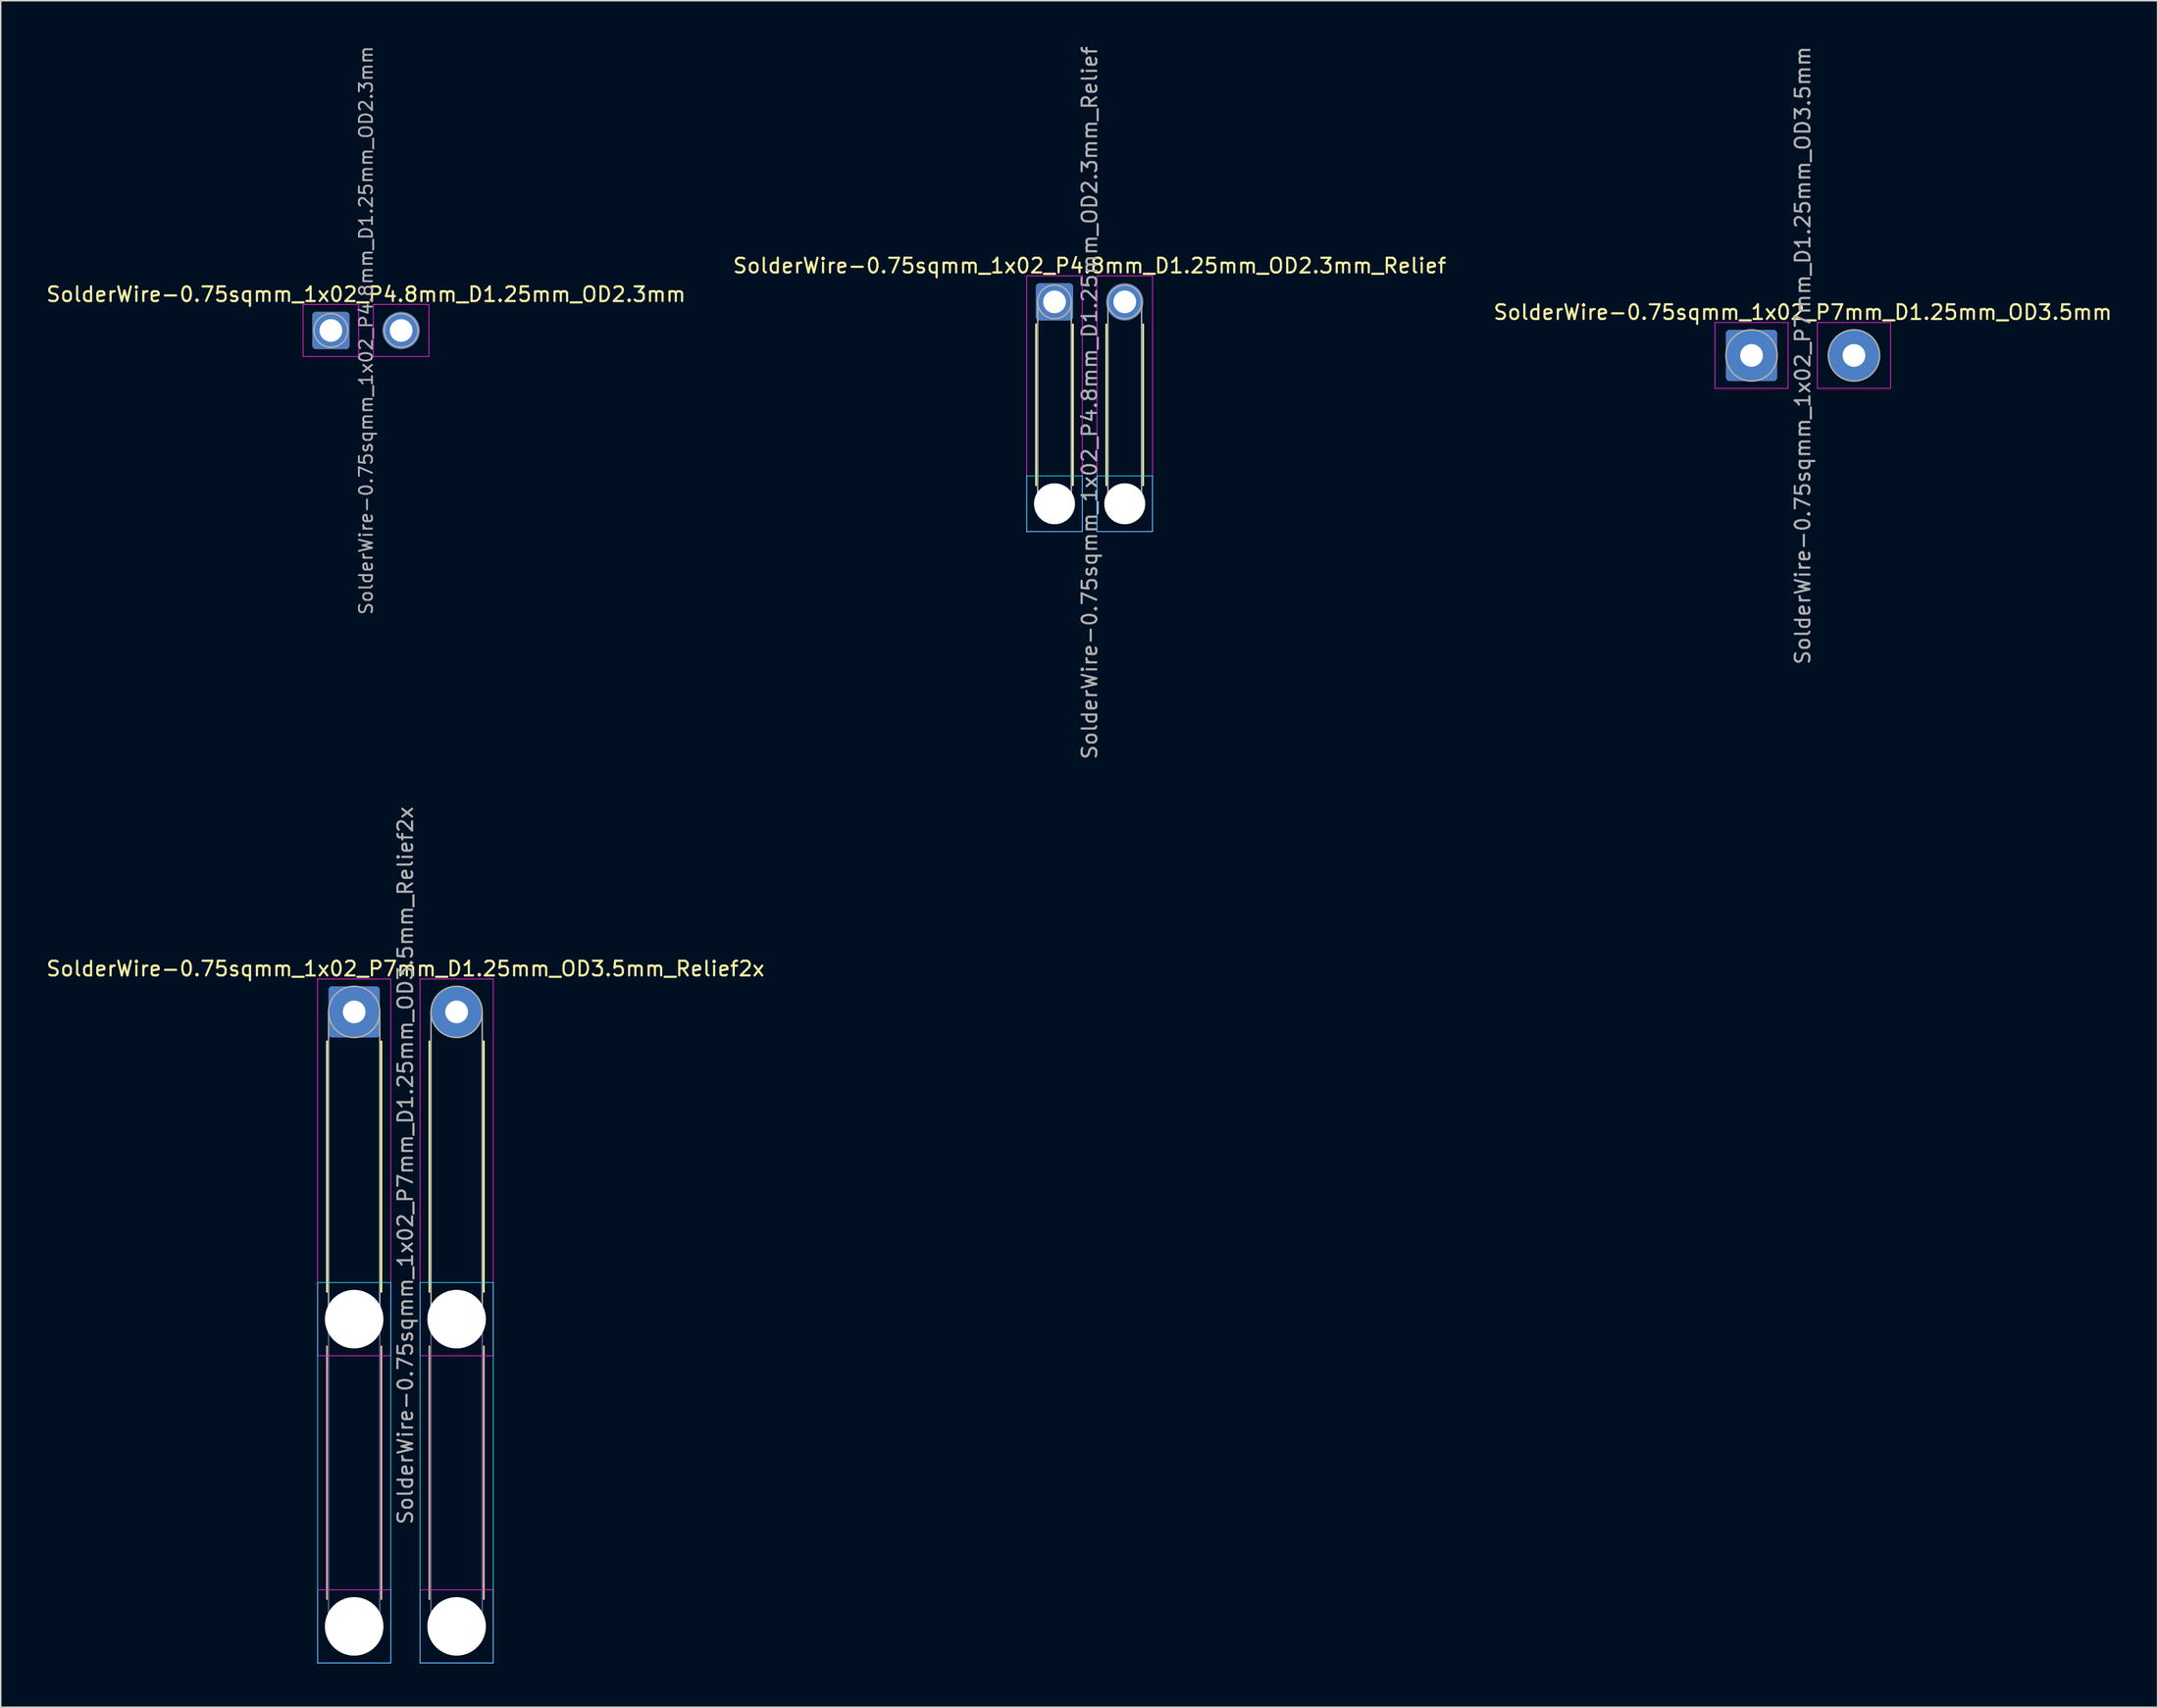
<source format=kicad_pcb>
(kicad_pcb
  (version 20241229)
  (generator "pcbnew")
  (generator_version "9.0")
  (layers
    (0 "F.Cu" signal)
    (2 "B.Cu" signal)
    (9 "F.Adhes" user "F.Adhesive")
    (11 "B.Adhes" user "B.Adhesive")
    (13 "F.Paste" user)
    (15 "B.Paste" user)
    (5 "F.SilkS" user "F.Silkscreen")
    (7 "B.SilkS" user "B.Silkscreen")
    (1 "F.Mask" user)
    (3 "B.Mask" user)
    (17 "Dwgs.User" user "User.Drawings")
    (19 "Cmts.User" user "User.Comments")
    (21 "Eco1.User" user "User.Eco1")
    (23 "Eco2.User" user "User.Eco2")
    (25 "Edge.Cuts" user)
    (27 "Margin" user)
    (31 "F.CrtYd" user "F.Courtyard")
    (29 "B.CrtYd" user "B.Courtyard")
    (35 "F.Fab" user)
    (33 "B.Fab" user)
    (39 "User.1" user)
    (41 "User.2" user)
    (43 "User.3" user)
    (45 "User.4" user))
  (footprint "SolderWire-0.75sqmm_1x02_P4.8mm_D1.25mm_OD2.3mm_Relief"
    (layer "F.Cu")
    (at 68.999 17.582)
    (property "Reference" "SolderWire-0.75sqmm_1x02_P4.8mm_D1.25mm_OD2.3mm_Relief" (at 2.4 -2.47 0) (layer "F.SilkS") (effects (font (size 1 1) (thickness 0.15))))
    (attr exclude_from_pos_files exclude_from_bom)
    (fp_line (start -1.26 1.535) (end -1.26 12.54) (stroke (width 0.12) (type solid)) (layer "F.SilkS"))
    (fp_line (start 1.26 1.535) (end 1.26 12.54) (stroke (width 0.12) (type solid)) (layer "F.SilkS"))
    (fp_line (start 3.54 1.535) (end 3.54 12.54) (stroke (width 0.12) (type solid)) (layer "F.SilkS"))
    (fp_line (start 6.06 1.535) (end 6.06 12.54) (stroke (width 0.12) (type solid)) (layer "F.SilkS"))
    (fp_line (start -1.9 11.9) (end -1.9 15.7) (stroke (width 0.05) (type solid)) (layer "B.CrtYd"))
    (fp_line (start -1.9 15.7) (end 1.9 15.7) (stroke (width 0.05) (type solid)) (layer "B.CrtYd"))
    (fp_line (start 1.9 11.9) (end -1.9 11.9) (stroke (width 0.05) (type solid)) (layer "B.CrtYd"))
    (fp_line (start 1.9 15.7) (end 1.9 11.9) (stroke (width 0.05) (type solid)) (layer "B.CrtYd"))
    (fp_line (start 2.9 11.9) (end 2.9 15.7) (stroke (width 0.05) (type solid)) (layer "B.CrtYd"))
    (fp_line (start 2.9 15.7) (end 6.7 15.7) (stroke (width 0.05) (type solid)) (layer "B.CrtYd"))
    (fp_line (start 6.7 11.9) (end 2.9 11.9) (stroke (width 0.05) (type solid)) (layer "B.CrtYd"))
    (fp_line (start 6.7 15.7) (end 6.7 11.9) (stroke (width 0.05) (type solid)) (layer "B.CrtYd"))
    (fp_line (start -1.9 -1.78) (end -1.9 15.7) (stroke (width 0.05) (type solid)) (layer "F.CrtYd"))
    (fp_line (start -1.9 15.7) (end 1.9 15.7) (stroke (width 0.05) (type solid)) (layer "F.CrtYd"))
    (fp_line (start 1.9 -1.78) (end -1.9 -1.78) (stroke (width 0.05) (type solid)) (layer "F.CrtYd"))
    (fp_line (start 1.9 15.7) (end 1.9 -1.78) (stroke (width 0.05) (type solid)) (layer "F.CrtYd"))
    (fp_line (start 2.9 -1.78) (end 2.9 15.7) (stroke (width 0.05) (type solid)) (layer "F.CrtYd"))
    (fp_line (start 2.9 15.7) (end 6.7 15.7) (stroke (width 0.05) (type solid)) (layer "F.CrtYd"))
    (fp_line (start 6.7 -1.78) (end 2.9 -1.78) (stroke (width 0.05) (type solid)) (layer "F.CrtYd"))
    (fp_line (start 6.7 15.7) (end 6.7 -1.78) (stroke (width 0.05) (type solid)) (layer "F.CrtYd"))
    (fp_line (start -1.15 0) (end -1.15 13.8) (stroke (width 0.1) (type solid)) (layer "F.Fab"))
    (fp_line (start 1.15 0) (end 1.15 13.8) (stroke (width 0.1) (type solid)) (layer "F.Fab"))
    (fp_line (start 3.65 0) (end 3.65 13.8) (stroke (width 0.1) (type solid)) (layer "F.Fab"))
    (fp_line (start 5.95 0) (end 5.95 13.8) (stroke (width 0.1) (type solid)) (layer "F.Fab"))
    (fp_circle (center 0 0) (end 1.15 0) (stroke (width 0.1) (type solid)) (fill no) (layer "F.Fab"))
    (fp_circle (center 0 13.8) (end 1.15 13.8) (stroke (width 0.1) (type solid)) (fill no) (layer "F.Fab"))
    (fp_circle (center 4.8 0) (end 5.95 0) (stroke (width 0.1) (type solid)) (fill no) (layer "F.Fab"))
    (fp_circle (center 4.8 13.8) (end 5.95 13.8) (stroke (width 0.1) (type solid)) (fill no) (layer "F.Fab"))
    (fp_text user "${REFERENCE}" (at 2.4 6.9 90) (layer "F.Fab") (effects (font (size 1 1) (thickness 0.15))))
    (pad "" np_thru_hole circle (at 0 13.8) (size 2.8 2.8) (drill 2.8) (layers "*.Cu" "*.Mask"))
    (pad "" np_thru_hole circle (at 4.8 13.8) (size 2.8 2.8) (drill 2.8) (layers "*.Cu" "*.Mask"))
    (pad "1" thru_hole roundrect (at 0 0) (size 2.55 2.55) (drill 1.55) (layers "*.Cu" "*.Mask") (roundrect_rratio 0.098))
    (pad "2" thru_hole circle (at 4.8 0) (size 2.55 2.55) (drill 1.55) (layers "*.Cu" "*.Mask")))
  (footprint "SolderWire-0.75sqmm_1x02_P7mm_D1.25mm_OD3.5mm"
    (layer "F.Cu")
    (at 116.625 21.244)
    (property "Reference" "SolderWire-0.75sqmm_1x02_P7mm_D1.25mm_OD3.5mm" (at 3.5 -2.95 0) (layer "F.SilkS") (effects (font (size 1 1) (thickness 0.15))))
    (attr exclude_from_pos_files exclude_from_bom)
    (fp_line (start -2.5 -2.25) (end -2.5 2.25) (stroke (width 0.05) (type solid)) (layer "F.CrtYd"))
    (fp_line (start -2.5 2.25) (end 2.5 2.25) (stroke (width 0.05) (type solid)) (layer "F.CrtYd"))
    (fp_line (start 2.5 -2.25) (end -2.5 -2.25) (stroke (width 0.05) (type solid)) (layer "F.CrtYd"))
    (fp_line (start 2.5 2.25) (end 2.5 -2.25) (stroke (width 0.05) (type solid)) (layer "F.CrtYd"))
    (fp_line (start 4.5 -2.25) (end 4.5 2.25) (stroke (width 0.05) (type solid)) (layer "F.CrtYd"))
    (fp_line (start 4.5 2.25) (end 9.5 2.25) (stroke (width 0.05) (type solid)) (layer "F.CrtYd"))
    (fp_line (start 9.5 -2.25) (end 4.5 -2.25) (stroke (width 0.05) (type solid)) (layer "F.CrtYd"))
    (fp_line (start 9.5 2.25) (end 9.5 -2.25) (stroke (width 0.05) (type solid)) (layer "F.CrtYd"))
    (fp_circle (center 0 0) (end 1.75 0) (stroke (width 0.1) (type solid)) (fill no) (layer "F.Fab"))
    (fp_circle (center 7 0) (end 8.75 0) (stroke (width 0.1) (type solid)) (fill no) (layer "F.Fab"))
    (fp_text user "${REFERENCE}" (at 3.5 0 90) (layer "F.Fab") (effects (font (size 1 1) (thickness 0.15))))
    (pad "1" thru_hole roundrect (at 0 0) (size 3.5 3.5) (drill 1.55) (layers "*.Cu" "*.Mask") (roundrect_rratio 0.071))
    (pad "2" thru_hole circle (at 7 0) (size 3.5 3.5) (drill 1.55) (layers "*.Cu" "*.Mask")))
  (footprint "SolderWire-0.75sqmm_1x02_P7mm_D1.25mm_OD3.5mm_Relief2x"
    (layer "F.Cu")
    (at 21.149 66.113)
    (property "Reference" "SolderWire-0.75sqmm_1x02_P7mm_D1.25mm_OD3.5mm_Relief2x" (at 3.5 -2.95 0) (layer "F.SilkS") (effects (font (size 1 1) (thickness 0.15))))
    (attr exclude_from_pos_files exclude_from_bom)
    (fp_line (start -1.86 2.01) (end -1.86 19.14) (stroke (width 0.12) (type solid)) (layer "F.SilkS"))
    (fp_line (start 1.86 2.01) (end 1.86 19.14) (stroke (width 0.12) (type solid)) (layer "F.SilkS"))
    (fp_line (start 5.14 2.01) (end 5.14 19.14) (stroke (width 0.12) (type solid)) (layer "F.SilkS"))
    (fp_line (start 8.86 2.01) (end 8.86 19.14) (stroke (width 0.12) (type solid)) (layer "F.SilkS"))
    (fp_line (start -1.86 22.86) (end -1.86 40.14) (stroke (width 0.12) (type solid)) (layer "B.SilkS"))
    (fp_line (start 1.86 22.86) (end 1.86 40.14) (stroke (width 0.12) (type solid)) (layer "B.SilkS"))
    (fp_line (start 5.14 22.86) (end 5.14 40.14) (stroke (width 0.12) (type solid)) (layer "B.SilkS"))
    (fp_line (start 8.86 22.86) (end 8.86 40.14) (stroke (width 0.12) (type solid)) (layer "B.SilkS"))
    (fp_line (start -2.5 18.5) (end -2.5 44.5) (stroke (width 0.05) (type solid)) (layer "B.CrtYd"))
    (fp_line (start -2.5 44.5) (end 2.5 44.5) (stroke (width 0.05) (type solid)) (layer "B.CrtYd"))
    (fp_line (start 2.5 18.5) (end -2.5 18.5) (stroke (width 0.05) (type solid)) (layer "B.CrtYd"))
    (fp_line (start 2.5 44.5) (end 2.5 18.5) (stroke (width 0.05) (type solid)) (layer "B.CrtYd"))
    (fp_line (start 4.5 18.5) (end 4.5 44.5) (stroke (width 0.05) (type solid)) (layer "B.CrtYd"))
    (fp_line (start 4.5 44.5) (end 9.5 44.5) (stroke (width 0.05) (type solid)) (layer "B.CrtYd"))
    (fp_line (start 9.5 18.5) (end 4.5 18.5) (stroke (width 0.05) (type solid)) (layer "B.CrtYd"))
    (fp_line (start 9.5 44.5) (end 9.5 18.5) (stroke (width 0.05) (type solid)) (layer "B.CrtYd"))
    (fp_line (start -2.5 -2.25) (end -2.5 23.5) (stroke (width 0.05) (type solid)) (layer "F.CrtYd"))
    (fp_line (start -2.5 23.5) (end 2.5 23.5) (stroke (width 0.05) (type solid)) (layer "F.CrtYd"))
    (fp_line (start -2.5 39.5) (end -2.5 44.5) (stroke (width 0.05) (type solid)) (layer "F.CrtYd"))
    (fp_line (start -2.5 44.5) (end 2.5 44.5) (stroke (width 0.05) (type solid)) (layer "F.CrtYd"))
    (fp_line (start 2.5 -2.25) (end -2.5 -2.25) (stroke (width 0.05) (type solid)) (layer "F.CrtYd"))
    (fp_line (start 2.5 23.5) (end 2.5 -2.25) (stroke (width 0.05) (type solid)) (layer "F.CrtYd"))
    (fp_line (start 2.5 39.5) (end -2.5 39.5) (stroke (width 0.05) (type solid)) (layer "F.CrtYd"))
    (fp_line (start 2.5 44.5) (end 2.5 39.5) (stroke (width 0.05) (type solid)) (layer "F.CrtYd"))
    (fp_line (start 4.5 -2.25) (end 4.5 23.5) (stroke (width 0.05) (type solid)) (layer "F.CrtYd"))
    (fp_line (start 4.5 23.5) (end 9.5 23.5) (stroke (width 0.05) (type solid)) (layer "F.CrtYd"))
    (fp_line (start 4.5 39.5) (end 4.5 44.5) (stroke (width 0.05) (type solid)) (layer "F.CrtYd"))
    (fp_line (start 4.5 44.5) (end 9.5 44.5) (stroke (width 0.05) (type solid)) (layer "F.CrtYd"))
    (fp_line (start 9.5 -2.25) (end 4.5 -2.25) (stroke (width 0.05) (type solid)) (layer "F.CrtYd"))
    (fp_line (start 9.5 23.5) (end 9.5 -2.25) (stroke (width 0.05) (type solid)) (layer "F.CrtYd"))
    (fp_line (start 9.5 39.5) (end 4.5 39.5) (stroke (width 0.05) (type solid)) (layer "F.CrtYd"))
    (fp_line (start 9.5 44.5) (end 9.5 39.5) (stroke (width 0.05) (type solid)) (layer "F.CrtYd"))
    (fp_line (start -1.75 21) (end -1.75 42) (stroke (width 0.1) (type solid)) (layer "B.Fab"))
    (fp_line (start 1.75 21) (end 1.75 42) (stroke (width 0.1) (type solid)) (layer "B.Fab"))
    (fp_line (start 5.25 21) (end 5.25 42) (stroke (width 0.1) (type solid)) (layer "B.Fab"))
    (fp_line (start 8.75 21) (end 8.75 42) (stroke (width 0.1) (type solid)) (layer "B.Fab"))
    (fp_circle (center 0 21) (end 1.75 21) (stroke (width 0.1) (type solid)) (fill no) (layer "B.Fab"))
    (fp_circle (center 0 42) (end 1.75 42) (stroke (width 0.1) (type solid)) (fill no) (layer "B.Fab"))
    (fp_circle (center 7 21) (end 8.75 21) (stroke (width 0.1) (type solid)) (fill no) (layer "B.Fab"))
    (fp_circle (center 7 42) (end 8.75 42) (stroke (width 0.1) (type solid)) (fill no) (layer "B.Fab"))
    (fp_line (start -1.75 0) (end -1.75 21) (stroke (width 0.1) (type solid)) (layer "F.Fab"))
    (fp_line (start 1.75 0) (end 1.75 21) (stroke (width 0.1) (type solid)) (layer "F.Fab"))
    (fp_line (start 5.25 0) (end 5.25 21) (stroke (width 0.1) (type solid)) (layer "F.Fab"))
    (fp_line (start 8.75 0) (end 8.75 21) (stroke (width 0.1) (type solid)) (layer "F.Fab"))
    (fp_circle (center 0 0) (end 1.75 0) (stroke (width 0.1) (type solid)) (fill no) (layer "F.Fab"))
    (fp_circle (center 0 21) (end 1.75 21) (stroke (width 0.1) (type solid)) (fill no) (layer "F.Fab"))
    (fp_circle (center 0 42) (end 1.75 42) (stroke (width 0.1) (type solid)) (fill no) (layer "F.Fab"))
    (fp_circle (center 7 0) (end 8.75 0) (stroke (width 0.1) (type solid)) (fill no) (layer "F.Fab"))
    (fp_circle (center 7 21) (end 8.75 21) (stroke (width 0.1) (type solid)) (fill no) (layer "F.Fab"))
    (fp_circle (center 7 42) (end 8.75 42) (stroke (width 0.1) (type solid)) (fill no) (layer "F.Fab"))
    (fp_text user "${REFERENCE}" (at 3.5 10.5 90) (layer "F.Fab") (effects (font (size 1 1) (thickness 0.15))))
    (pad "" np_thru_hole circle (at 0 21) (size 4 4) (drill 4) (layers "*.Cu" "*.Mask"))
    (pad "" np_thru_hole circle (at 0 42) (size 4 4) (drill 4) (layers "*.Cu" "*.Mask"))
    (pad "" np_thru_hole circle (at 7 21) (size 4 4) (drill 4) (layers "*.Cu" "*.Mask"))
    (pad "" np_thru_hole circle (at 7 42) (size 4 4) (drill 4) (layers "*.Cu" "*.Mask"))
    (pad "1" thru_hole roundrect (at 0 0) (size 3.5 3.5) (drill 1.55) (layers "*.Cu" "*.Mask") (roundrect_rratio 0.071))
    (pad "2" thru_hole circle (at 7 0) (size 3.5 3.5) (drill 1.55) (layers "*.Cu" "*.Mask")))
  (footprint "SolderWire-0.75sqmm_1x02_P4.8mm_D1.25mm_OD2.3mm"
    (layer "F.Cu")
    (at 19.558 19.538)
    (property "Reference" "SolderWire-0.75sqmm_1x02_P4.8mm_D1.25mm_OD2.3mm" (at 2.4 -2.47 0) (layer "F.SilkS") (effects (font (size 1 1) (thickness 0.15))))
    (attr exclude_from_pos_files exclude_from_bom)
    (fp_line (start -1.9 -1.78) (end -1.9 1.78) (stroke (width 0.05) (type solid)) (layer "F.CrtYd"))
    (fp_line (start -1.9 1.78) (end 1.9 1.78) (stroke (width 0.05) (type solid)) (layer "F.CrtYd"))
    (fp_line (start 1.9 -1.78) (end -1.9 -1.78) (stroke (width 0.05) (type solid)) (layer "F.CrtYd"))
    (fp_line (start 1.9 1.78) (end 1.9 -1.78) (stroke (width 0.05) (type solid)) (layer "F.CrtYd"))
    (fp_line (start 2.9 -1.78) (end 2.9 1.78) (stroke (width 0.05) (type solid)) (layer "F.CrtYd"))
    (fp_line (start 2.9 1.78) (end 6.7 1.78) (stroke (width 0.05) (type solid)) (layer "F.CrtYd"))
    (fp_line (start 6.7 -1.78) (end 2.9 -1.78) (stroke (width 0.05) (type solid)) (layer "F.CrtYd"))
    (fp_line (start 6.7 1.78) (end 6.7 -1.78) (stroke (width 0.05) (type solid)) (layer "F.CrtYd"))
    (fp_circle (center 0 0) (end 1.15 0) (stroke (width 0.1) (type solid)) (fill no) (layer "F.Fab"))
    (fp_circle (center 4.8 0) (end 5.95 0) (stroke (width 0.1) (type solid)) (fill no) (layer "F.Fab"))
    (fp_text user "${REFERENCE}" (at 2.4 0 90) (layer "F.Fab") (effects (font (size 0.89 0.89) (thickness 0.13))))
    (pad "1" thru_hole roundrect (at 0 0) (size 2.55 2.55) (drill 1.55) (layers "*.Cu" "*.Mask") (roundrect_rratio 0.098))
    (pad "2" thru_hole circle (at 4.8 0) (size 2.55 2.55) (drill 1.55) (layers "*.Cu" "*.Mask")))
  (gr_rect
    (start -3 -3)
    (end 144.369 113.638)
    (stroke (width 0.1) (type default))
    (fill no)
    (layer "Edge.Cuts")))
</source>
